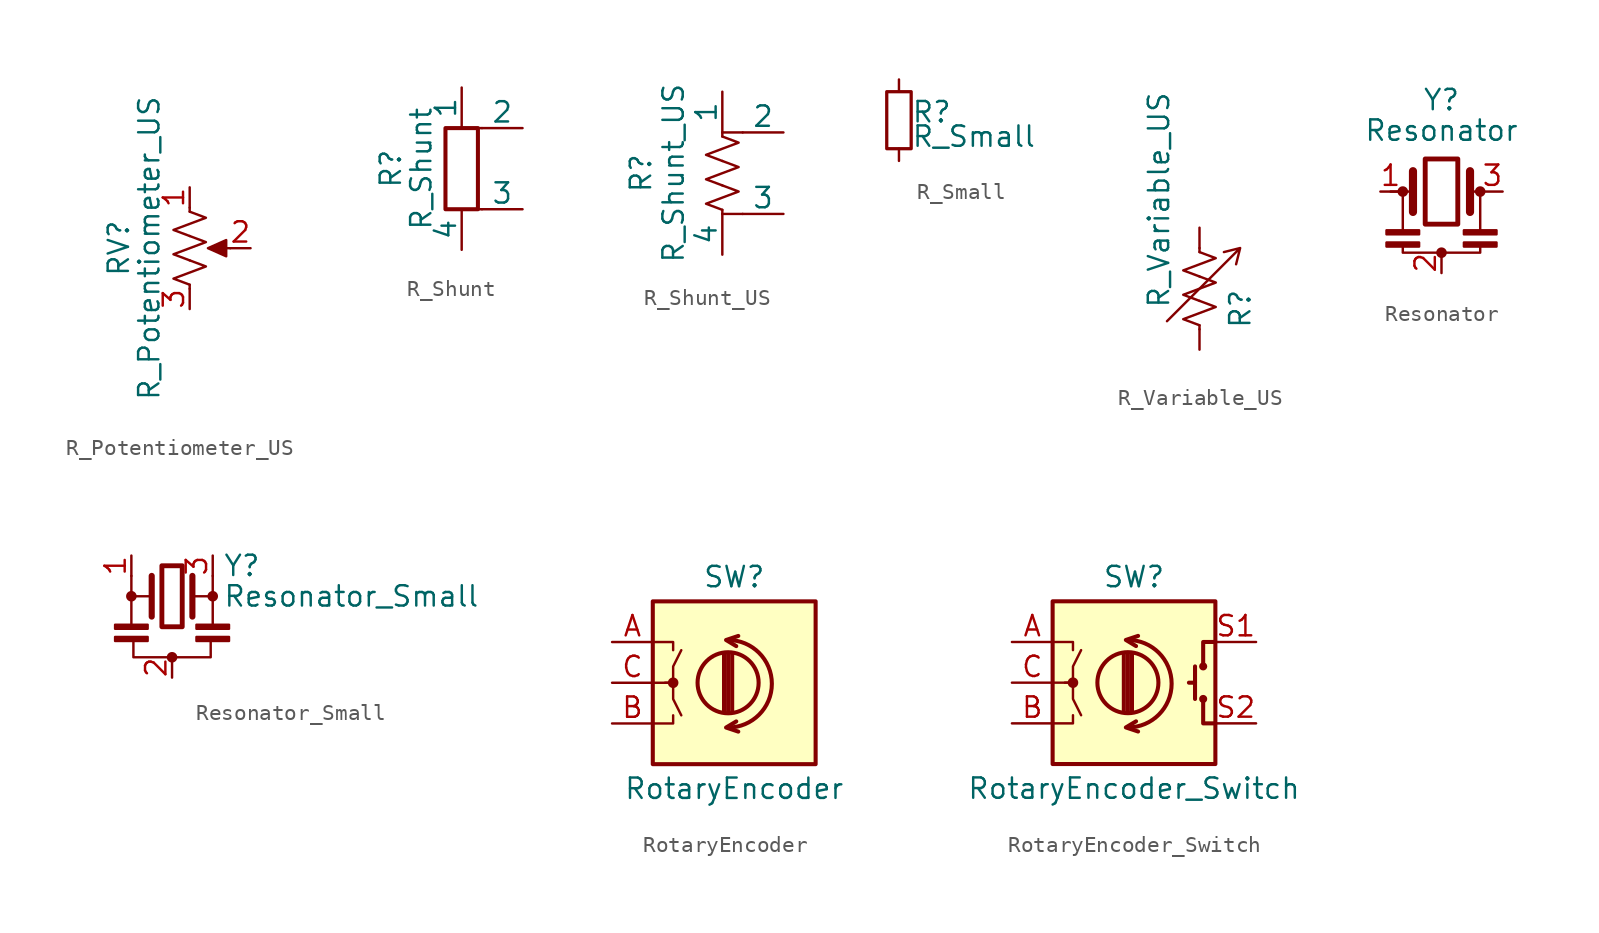
<source format=kicad_sym>
(kicad_symbol_lib
  (version 20211014)
  (generator kicad_symbol_editor)
  (symbol "R_Potentiometer_US"
    (pin_names
      (offset 1.016) hide)
    (property "Reference" "RV"
      (at -4.445 0 90)
      (effects (font (size 1.27 1.27))))
    (property "Value" "R_Potentiometer_US"
      (at -2.54 0 90)
      (effects (font (size 1.27 1.27))))
    (symbol "R_Potentiometer_US_0_1"
      (polyline (pts (xy 0 -2.286) (xy 0 -2.54)) (stroke (width 0) (type default) (color 0 0 0 0)) (fill (type none)))
      (polyline (pts (xy 0 2.54) (xy 0 2.286)) (stroke (width 0) (type default) (color 0 0 0 0)) (fill (type none)))
      (polyline (pts (xy 2.54 0) (xy 1.524 0)) (stroke (width 0) (type default) (color 0 0 0 0)) (fill (type none)))
      (polyline (pts (xy 1.143 0) (xy 2.286 0.508) (xy 2.286 -0.508) (xy 1.143 0)) (stroke (width 0) (type default) (color 0 0 0 0)) (fill (type outline)))
      (polyline (pts (xy 0 -0.762) (xy 1.016 -1.143) (xy 0 -1.524) (xy -1.016 -1.905) (xy 0 -2.286)) (stroke (width 0) (type default) (color 0 0 0 0)) (fill (type none)))
      (polyline (pts (xy 0 0.762) (xy 1.016 0.381) (xy 0 0) (xy -1.016 -0.381) (xy 0 -0.762)) (stroke (width 0) (type default) (color 0 0 0 0)) (fill (type none)))
      (polyline (pts (xy 0 2.286) (xy 1.016 1.905) (xy 0 1.524) (xy -1.016 1.143) (xy 0 0.762)) (stroke (width 0) (type default) (color 0 0 0 0)) (fill (type none))))
    (symbol "R_Potentiometer_US_1_1"
      (pin passive line (at 0 3.81 270) (length 1.27) (name "1" (effects (font (size 1.27 1.27)))) (number "1" (effects (font (size 1.27 1.27)))))
      (pin passive line (at 3.81 0 180) (length 1.27) (name "2" (effects (font (size 1.27 1.27)))) (number "2" (effects (font (size 1.27 1.27)))))
      (pin passive line (at 0 -3.81 90) (length 1.27) (name "3" (effects (font (size 1.27 1.27)))) (number "3" (effects (font (size 1.27 1.27)))))))
  (symbol "R_Shunt"
    (pin_numbers hide)
    (pin_names
      (offset 0))
    (property "Reference" "R"
      (at -4.445 0 90)
      (effects (font (size 1.27 1.27))))
    (property "Value" "R_Shunt"
      (at -2.54 0 90)
      (effects (font (size 1.27 1.27))))
    (symbol "R_Shunt_0_1"
      (rectangle (start -1.016 -2.54) (end 1.016 2.54) (stroke (width 0.254) (type default) (color 0 0 0 0)) (fill (type none)))
      (polyline (pts (xy 0 -2.54) (xy 1.27 -2.54)) (stroke (width 0) (type default) (color 0 0 0 0)) (fill (type none)))
      (polyline (pts (xy 1.27 2.54) (xy 0 2.54)) (stroke (width 0) (type default) (color 0 0 0 0)) (fill (type none))))
    (symbol "R_Shunt_1_1"
      (pin passive line (at 0 5.08 270) (length 2.54) (name "1" (effects (font (size 1.27 1.27)))) (number "1" (effects (font (size 1.27 1.27)))))
      (pin passive line (at 3.81 2.54 180) (length 2.54) (name "2" (effects (font (size 1.27 1.27)))) (number "2" (effects (font (size 1.27 1.27)))))
      (pin passive line (at 3.81 -2.54 180) (length 2.54) (name "3" (effects (font (size 1.27 1.27)))) (number "3" (effects (font (size 1.27 1.27)))))
      (pin passive line (at 0 -5.08 90) (length 2.54) (name "4" (effects (font (size 1.27 1.27)))) (number "4" (effects (font (size 1.27 1.27)))))))
  (symbol "R_Shunt_US"
    (pin_numbers hide)
    (pin_names
      (offset 0))
    (property "Reference" "R"
      (at -5.08 0 90)
      (effects (font (size 1.27 1.27))))
    (property "Value" "R_Shunt_US"
      (at -3.048 0 90)
      (effects (font (size 1.27 1.27))))
    (symbol "R_Shunt_US_1_1"
      (polyline (pts (xy 0 -2.54) (xy 1.27 -2.54)) (stroke (width 0) (type default) (color 0 0 0 0)) (fill (type none)))
      (polyline (pts (xy 0 -2.286) (xy 0 -2.54)) (stroke (width 0) (type default) (color 0 0 0 0)) (fill (type none)))
      (polyline (pts (xy 0 2.286) (xy 0 2.54)) (stroke (width 0) (type default) (color 0 0 0 0)) (fill (type none)))
      (polyline (pts (xy 1.27 2.54) (xy 0 2.54)) (stroke (width 0) (type default) (color 0 0 0 0)) (fill (type none)))
      (polyline (pts (xy 0 -0.762) (xy 1.016 -1.143) (xy 0 -1.524) (xy -1.016 -1.905) (xy 0 -2.286)) (stroke (width 0) (type default) (color 0 0 0 0)) (fill (type none)))
      (polyline (pts (xy 0 0.762) (xy 1.016 0.381) (xy 0 0) (xy -1.016 -0.381) (xy 0 -0.762)) (stroke (width 0) (type default) (color 0 0 0 0)) (fill (type none)))
      (polyline (pts (xy 0 2.286) (xy 1.016 1.905) (xy 0 1.524) (xy -1.016 1.143) (xy 0 0.762)) (stroke (width 0) (type default) (color 0 0 0 0)) (fill (type none)))
      (pin passive line (at 0 5.08 270) (length 2.54) (name "1" (effects (font (size 1.27 1.27)))) (number "1" (effects (font (size 1.27 1.27)))))
      (pin passive line (at 3.81 2.54 180) (length 2.54) (name "2" (effects (font (size 1.27 1.27)))) (number "2" (effects (font (size 1.27 1.27)))))
      (pin passive line (at 3.81 -2.54 180) (length 2.54) (name "3" (effects (font (size 1.27 1.27)))) (number "3" (effects (font (size 1.27 1.27)))))
      (pin passive line (at 0 -5.08 90) (length 2.54) (name "4" (effects (font (size 1.27 1.27)))) (number "4" (effects (font (size 1.27 1.27)))))))
  (symbol "R_Small"
    (pin_numbers hide)
    (pin_names
      (offset 0.254) hide)
    (property "Reference" "R"
      (at 0.762 0.508 0)
      (effects (font (size 1.27 1.27)) (justify left)))
    (property "Value" "R_Small"
      (at 0.762 -1.016 0)
      (effects (font (size 1.27 1.27)) (justify left)))
    (symbol "R_Small_0_1"
      (rectangle (start -0.762 1.778) (end 0.762 -1.778) (stroke (width 0.203) (type default) (color 0 0 0 0)) (fill (type none))))
    (symbol "R_Small_1_1"
      (pin passive line (at 0 2.54 270) (length 0.762) (name "~" (effects (font (size 1.27 1.27)))) (number "1" (effects (font (size 1.27 1.27)))))
      (pin passive line (at 0 -2.54 90) (length 0.762) (name "~" (effects (font (size 1.27 1.27)))) (number "2" (effects (font (size 1.27 1.27)))))))
  (symbol "R_Variable_US"
    (pin_numbers hide)
    (pin_names
      (offset 0))
    (property "Reference" "R"
      (at 2.54 -2.54 90)
      (effects (font (size 1.27 1.27)) (justify left)))
    (property "Value" "R_Variable_US"
      (at -2.54 -1.27 90)
      (effects (font (size 1.27 1.27)) (justify left)))
    (symbol "R_Variable_US_0_1"
      (polyline (pts (xy 0 -2.286) (xy 0 -2.54)) (stroke (width 0) (type default) (color 0 0 0 0)) (fill (type none)))
      (polyline (pts (xy 0 2.286) (xy 0 2.54)) (stroke (width 0) (type default) (color 0 0 0 0)) (fill (type none)))
      (polyline (pts (xy 0 -0.762) (xy 1.016 -1.143) (xy 0 -1.524) (xy -1.016 -1.905) (xy 0 -2.286)) (stroke (width 0) (type default) (color 0 0 0 0)) (fill (type none)))
      (polyline (pts (xy 0 0.762) (xy 1.016 0.381) (xy 0 0) (xy -1.016 -0.381) (xy 0 -0.762)) (stroke (width 0) (type default) (color 0 0 0 0)) (fill (type none)))
      (polyline (pts (xy 0 2.286) (xy 1.016 1.905) (xy 0 1.524) (xy -1.016 1.143) (xy 0 0.762)) (stroke (width 0.152) (type default) (color 0 0 0 0)) (fill (type none)))
      (polyline (pts (xy 2.286 1.524) (xy 2.54 2.54) (xy 1.524 2.286) (xy 2.54 2.54) (xy -2.032 -2.032)) (stroke (width 0.152) (type default) (color 0 0 0 0)) (fill (type none))))
    (symbol "R_Variable_US_1_1"
      (pin passive line (at 0 3.81 270) (length 1.27) (name "~" (effects (font (size 1.27 1.27)))) (number "1" (effects (font (size 1.27 1.27)))))
      (pin passive line (at 0 -3.81 90) (length 1.27) (name "~" (effects (font (size 1.27 1.27)))) (number "2" (effects (font (size 1.27 1.27)))))))
  (symbol "Resonator"
    (pin_names
      (offset 1.016) hide)
    (property "Reference" "Y"
      (at 0 5.715 0)
      (effects (font (size 1.27 1.27))))
    (property "Value" "Resonator"
      (at 0 3.81 0)
      (effects (font (size 1.27 1.27))))
    (symbol "Resonator_0_1"
      (rectangle (start -3.429 -3.175) (end -1.397 -3.429) (stroke (width 0) (type default) (color 0 0 0 0)) (fill (type outline)))
      (rectangle (start -3.429 -2.413) (end -1.397 -2.667) (stroke (width 0) (type default) (color 0 0 0 0)) (fill (type outline)))
      (circle (center -2.413 0) (radius 0.254) (stroke (width 0) (type default) (color 0 0 0 0)) (fill (type outline)))
      (rectangle (start -1.016 2.032) (end 1.016 -2.032) (stroke (width 0.305) (type default) (color 0 0 0 0)) (fill (type none)))
      (circle (center 0 -3.81) (radius 0.254) (stroke (width 0) (type default) (color 0 0 0 0)) (fill (type outline)))
      (polyline (pts (xy -2.413 -2.413) (xy -2.413 0)) (stroke (width 0) (type default) (color 0 0 0 0)) (fill (type none)))
      (polyline (pts (xy -1.905 0) (xy -3.175 0)) (stroke (width 0) (type default) (color 0 0 0 0)) (fill (type none)))
      (polyline (pts (xy -1.778 -1.27) (xy -1.778 1.27)) (stroke (width 0.508) (type default) (color 0 0 0 0)) (fill (type none)))
      (polyline (pts (xy 1.778 -1.27) (xy 1.778 1.27)) (stroke (width 0.508) (type default) (color 0 0 0 0)) (fill (type none)))
      (polyline (pts (xy 1.905 0) (xy 2.54 0)) (stroke (width 0) (type default) (color 0 0 0 0)) (fill (type none)))
      (polyline (pts (xy 2.413 0) (xy 2.413 -2.54)) (stroke (width 0) (type default) (color 0 0 0 0)) (fill (type none)))
      (polyline (pts (xy 2.413 -3.302) (xy 2.413 -3.81) (xy -2.413 -3.81) (xy -2.413 -3.302)) (stroke (width 0) (type default) (color 0 0 0 0)) (fill (type none)))
      (rectangle (start 1.397 -3.175) (end 3.429 -3.429) (stroke (width 0) (type default) (color 0 0 0 0)) (fill (type outline)))
      (rectangle (start 1.397 -2.413) (end 3.429 -2.667) (stroke (width 0) (type default) (color 0 0 0 0)) (fill (type outline)))
      (circle (center 2.413 0) (radius 0.254) (stroke (width 0) (type default) (color 0 0 0 0)) (fill (type outline))))
    (symbol "Resonator_1_1"
      (pin passive line (at -3.81 0 0) (length 1.27) (name "1" (effects (font (size 1.27 1.27)))) (number "1" (effects (font (size 1.27 1.27)))))
      (pin passive line (at 0 -5.08 90) (length 1.27) (name "2" (effects (font (size 1.27 1.27)))) (number "2" (effects (font (size 1.27 1.27)))))
      (pin passive line (at 3.81 0 180) (length 1.27) (name "3" (effects (font (size 1.27 1.27)))) (number "3" (effects (font (size 1.27 1.27)))))))
  (symbol "Resonator_Small"
    (pin_names
      (offset 1.016) hide)
    (property "Reference" "Y"
      (at 3.175 1.905 0)
      (effects (font (size 1.27 1.27)) (justify left)))
    (property "Value" "Resonator_Small"
      (at 3.175 0 0)
      (effects (font (size 1.27 1.27)) (justify left)))
    (symbol "Resonator_Small_0_1"
      (rectangle (start -3.556 -2.54) (end -1.524 -2.794) (stroke (width 0) (type default) (color 0 0 0 0)) (fill (type outline)))
      (rectangle (start -3.556 -1.778) (end -1.524 -2.032) (stroke (width 0) (type default) (color 0 0 0 0)) (fill (type outline)))
      (circle (center -2.54 0) (radius 0.254) (stroke (width 0) (type default) (color 0 0 0 0)) (fill (type outline)))
      (rectangle (start -0.635 1.905) (end 0.635 -1.905) (stroke (width 0.305) (type default) (color 0 0 0 0)) (fill (type none)))
      (circle (center 0 -3.81) (radius 0.254) (stroke (width 0) (type default) (color 0 0 0 0)) (fill (type outline)))
      (polyline (pts (xy -2.54 -1.778) (xy -2.54 0)) (stroke (width 0) (type default) (color 0 0 0 0)) (fill (type none)))
      (polyline (pts (xy -2.54 0) (xy -1.397 0)) (stroke (width 0) (type default) (color 0 0 0 0)) (fill (type none)))
      (polyline (pts (xy -2.54 1.27) (xy -2.54 0)) (stroke (width 0) (type default) (color 0 0 0 0)) (fill (type none)))
      (polyline (pts (xy -1.27 -1.27) (xy -1.27 1.27)) (stroke (width 0.381) (type default) (color 0 0 0 0)) (fill (type none)))
      (polyline (pts (xy 1.27 -1.27) (xy 1.27 1.27)) (stroke (width 0.381) (type default) (color 0 0 0 0)) (fill (type none)))
      (polyline (pts (xy 1.27 0) (xy 2.54 0)) (stroke (width 0) (type default) (color 0 0 0 0)) (fill (type none)))
      (polyline (pts (xy 2.54 0) (xy 2.54 -1.778)) (stroke (width 0) (type default) (color 0 0 0 0)) (fill (type none)))
      (polyline (pts (xy 2.54 1.27) (xy 2.54 0)) (stroke (width 0) (type default) (color 0 0 0 0)) (fill (type none)))
      (polyline (pts (xy 2.413 -2.794) (xy 2.413 -3.81) (xy -2.413 -3.81) (xy -2.413 -2.667)) (stroke (width 0) (type default) (color 0 0 0 0)) (fill (type none)))
      (rectangle (start 1.524 -2.54) (end 3.556 -2.794) (stroke (width 0) (type default) (color 0 0 0 0)) (fill (type outline)))
      (rectangle (start 1.524 -1.778) (end 3.556 -2.032) (stroke (width 0) (type default) (color 0 0 0 0)) (fill (type outline)))
      (circle (center 2.54 0) (radius 0.254) (stroke (width 0) (type default) (color 0 0 0 0)) (fill (type outline))))
    (symbol "Resonator_Small_1_1"
      (pin passive line (at -2.54 2.54 270) (length 1.27) (name "1" (effects (font (size 1.27 1.27)))) (number "1" (effects (font (size 1.27 1.27)))))
      (pin passive line (at 0 -5.08 90) (length 1.27) (name "2" (effects (font (size 1.27 1.27)))) (number "2" (effects (font (size 1.27 1.27)))))
      (pin passive line (at 2.54 2.54 270) (length 1.27) (name "3" (effects (font (size 1.27 1.27)))) (number "3" (effects (font (size 1.27 1.27)))))))
  (symbol "RotaryEncoder"
    (pin_names
      (offset 0.254) hide)
    (property "Reference" "SW"
      (at 0 6.604 0)
      (effects (font (size 1.27 1.27))))
    (property "Value" "RotaryEncoder"
      (at 0 -6.604 0)
      (effects (font (size 1.27 1.27))))
    (symbol "RotaryEncoder_0_1"
      (rectangle (start -5.08 5.08) (end 5.08 -5.08) (stroke (width 0.254) (type default) (color 0 0 0 0)) (fill (type background)))
      (circle (center -3.81 0) (radius 0.254) (stroke (width 0) (type default) (color 0 0 0 0)) (fill (type outline)))
      (arc (start -0.381 -2.794) (mid 2.3622 -0.0635) (end -0.381 2.667) (stroke (width 0.254) (type default) (color 0 0 0 0)) (fill (type none)))
      (circle (center -0.381 0) (radius 1.905) (stroke (width 0.254) (type default) (color 0 0 0 0)) (fill (type none)))
      (polyline (pts (xy -0.635 -1.778) (xy -0.635 1.778)) (stroke (width 0.254) (type default) (color 0 0 0 0)) (fill (type none)))
      (polyline (pts (xy -0.381 -1.778) (xy -0.381 1.778)) (stroke (width 0.254) (type default) (color 0 0 0 0)) (fill (type none)))
      (polyline (pts (xy -0.127 1.778) (xy -0.127 -1.778)) (stroke (width 0.254) (type default) (color 0 0 0 0)) (fill (type none)))
      (polyline (pts (xy -5.08 -2.54) (xy -3.81 -2.54) (xy -3.81 -2.032)) (stroke (width 0) (type default) (color 0 0 0 0)) (fill (type none)))
      (polyline (pts (xy -5.08 2.54) (xy -3.81 2.54) (xy -3.81 2.032)) (stroke (width 0) (type default) (color 0 0 0 0)) (fill (type none)))
      (polyline (pts (xy 0.254 -3.048) (xy -0.508 -2.794) (xy 0.127 -2.413)) (stroke (width 0.254) (type default) (color 0 0 0 0)) (fill (type none)))
      (polyline (pts (xy 0.254 2.921) (xy -0.508 2.667) (xy 0.127 2.286)) (stroke (width 0.254) (type default) (color 0 0 0 0)) (fill (type none)))
      (polyline (pts (xy -5.08 0) (xy -3.81 0) (xy -3.81 -1.016) (xy -3.302 -2.032)) (stroke (width 0) (type default) (color 0 0 0 0)) (fill (type none)))
      (polyline (pts (xy -4.318 0) (xy -3.81 0) (xy -3.81 1.016) (xy -3.302 2.032)) (stroke (width 0) (type default) (color 0 0 0 0)) (fill (type none))))
    (symbol "RotaryEncoder_1_1"
      (pin passive line (at -7.62 2.54 0) (length 2.54) (name "A" (effects (font (size 1.27 1.27)))) (number "A" (effects (font (size 1.27 1.27)))))
      (pin passive line (at -7.62 -2.54 0) (length 2.54) (name "B" (effects (font (size 1.27 1.27)))) (number "B" (effects (font (size 1.27 1.27)))))
      (pin passive line (at -7.62 0 0) (length 2.54) (name "C" (effects (font (size 1.27 1.27)))) (number "C" (effects (font (size 1.27 1.27)))))))
  (symbol "RotaryEncoder_Switch"
    (pin_names
      (offset 0.254) hide)
    (property "Reference" "SW"
      (at 0 6.604 0)
      (effects (font (size 1.27 1.27))))
    (property "Value" "RotaryEncoder_Switch"
      (at 0 -6.604 0)
      (effects (font (size 1.27 1.27))))
    (symbol "RotaryEncoder_Switch_0_1"
      (rectangle (start -5.08 5.08) (end 5.08 -5.08) (stroke (width 0.254) (type default) (color 0 0 0 0)) (fill (type background)))
      (circle (center -3.81 0) (radius 0.254) (stroke (width 0) (type default) (color 0 0 0 0)) (fill (type outline)))
      (arc (start -0.381 -2.794) (mid 2.3622 -0.0635) (end -0.381 2.667) (stroke (width 0.254) (type default) (color 0 0 0 0)) (fill (type none)))
      (circle (center -0.381 0) (radius 1.905) (stroke (width 0.254) (type default) (color 0 0 0 0)) (fill (type none)))
      (polyline (pts (xy -0.635 -1.778) (xy -0.635 1.778)) (stroke (width 0.254) (type default) (color 0 0 0 0)) (fill (type none)))
      (polyline (pts (xy -0.381 -1.778) (xy -0.381 1.778)) (stroke (width 0.254) (type default) (color 0 0 0 0)) (fill (type none)))
      (polyline (pts (xy -0.127 1.778) (xy -0.127 -1.778)) (stroke (width 0.254) (type default) (color 0 0 0 0)) (fill (type none)))
      (polyline (pts (xy 3.81 0) (xy 3.429 0)) (stroke (width 0.254) (type default) (color 0 0 0 0)) (fill (type none)))
      (polyline (pts (xy 3.81 1.016) (xy 3.81 -1.016)) (stroke (width 0.254) (type default) (color 0 0 0 0)) (fill (type none)))
      (polyline (pts (xy -5.08 -2.54) (xy -3.81 -2.54) (xy -3.81 -2.032)) (stroke (width 0) (type default) (color 0 0 0 0)) (fill (type none)))
      (polyline (pts (xy -5.08 2.54) (xy -3.81 2.54) (xy -3.81 2.032)) (stroke (width 0) (type default) (color 0 0 0 0)) (fill (type none)))
      (polyline (pts (xy 0.254 -3.048) (xy -0.508 -2.794) (xy 0.127 -2.413)) (stroke (width 0.254) (type default) (color 0 0 0 0)) (fill (type none)))
      (polyline (pts (xy 0.254 2.921) (xy -0.508 2.667) (xy 0.127 2.286)) (stroke (width 0.254) (type default) (color 0 0 0 0)) (fill (type none)))
      (polyline (pts (xy 5.08 -2.54) (xy 4.318 -2.54) (xy 4.318 -1.016)) (stroke (width 0.254) (type default) (color 0 0 0 0)) (fill (type none)))
      (polyline (pts (xy 5.08 2.54) (xy 4.318 2.54) (xy 4.318 1.016)) (stroke (width 0.254) (type default) (color 0 0 0 0)) (fill (type none)))
      (polyline (pts (xy -5.08 0) (xy -3.81 0) (xy -3.81 -1.016) (xy -3.302 -2.032)) (stroke (width 0) (type default) (color 0 0 0 0)) (fill (type none)))
      (polyline (pts (xy -4.318 0) (xy -3.81 0) (xy -3.81 1.016) (xy -3.302 2.032)) (stroke (width 0) (type default) (color 0 0 0 0)) (fill (type none)))
      (circle (center 4.318 -1.016) (radius 0.127) (stroke (width 0.254) (type default) (color 0 0 0 0)) (fill (type none)))
      (circle (center 4.318 1.016) (radius 0.127) (stroke (width 0.254) (type default) (color 0 0 0 0)) (fill (type none))))
    (symbol "RotaryEncoder_Switch_1_1"
      (pin passive line (at -7.62 2.54 0) (length 2.54) (name "A" (effects (font (size 1.27 1.27)))) (number "A" (effects (font (size 1.27 1.27)))))
      (pin passive line (at -7.62 -2.54 0) (length 2.54) (name "B" (effects (font (size 1.27 1.27)))) (number "B" (effects (font (size 1.27 1.27)))))
      (pin passive line (at -7.62 0 0) (length 2.54) (name "C" (effects (font (size 1.27 1.27)))) (number "C" (effects (font (size 1.27 1.27)))))
      (pin passive line (at 7.62 2.54 180) (length 2.54) (name "S1" (effects (font (size 1.27 1.27)))) (number "S1" (effects (font (size 1.27 1.27)))))
      (pin passive line (at 7.62 -2.54 180) (length 2.54) (name "S2" (effects (font (size 1.27 1.27)))) (number "S2" (effects (font (size 1.27 1.27))))))))
</source>
